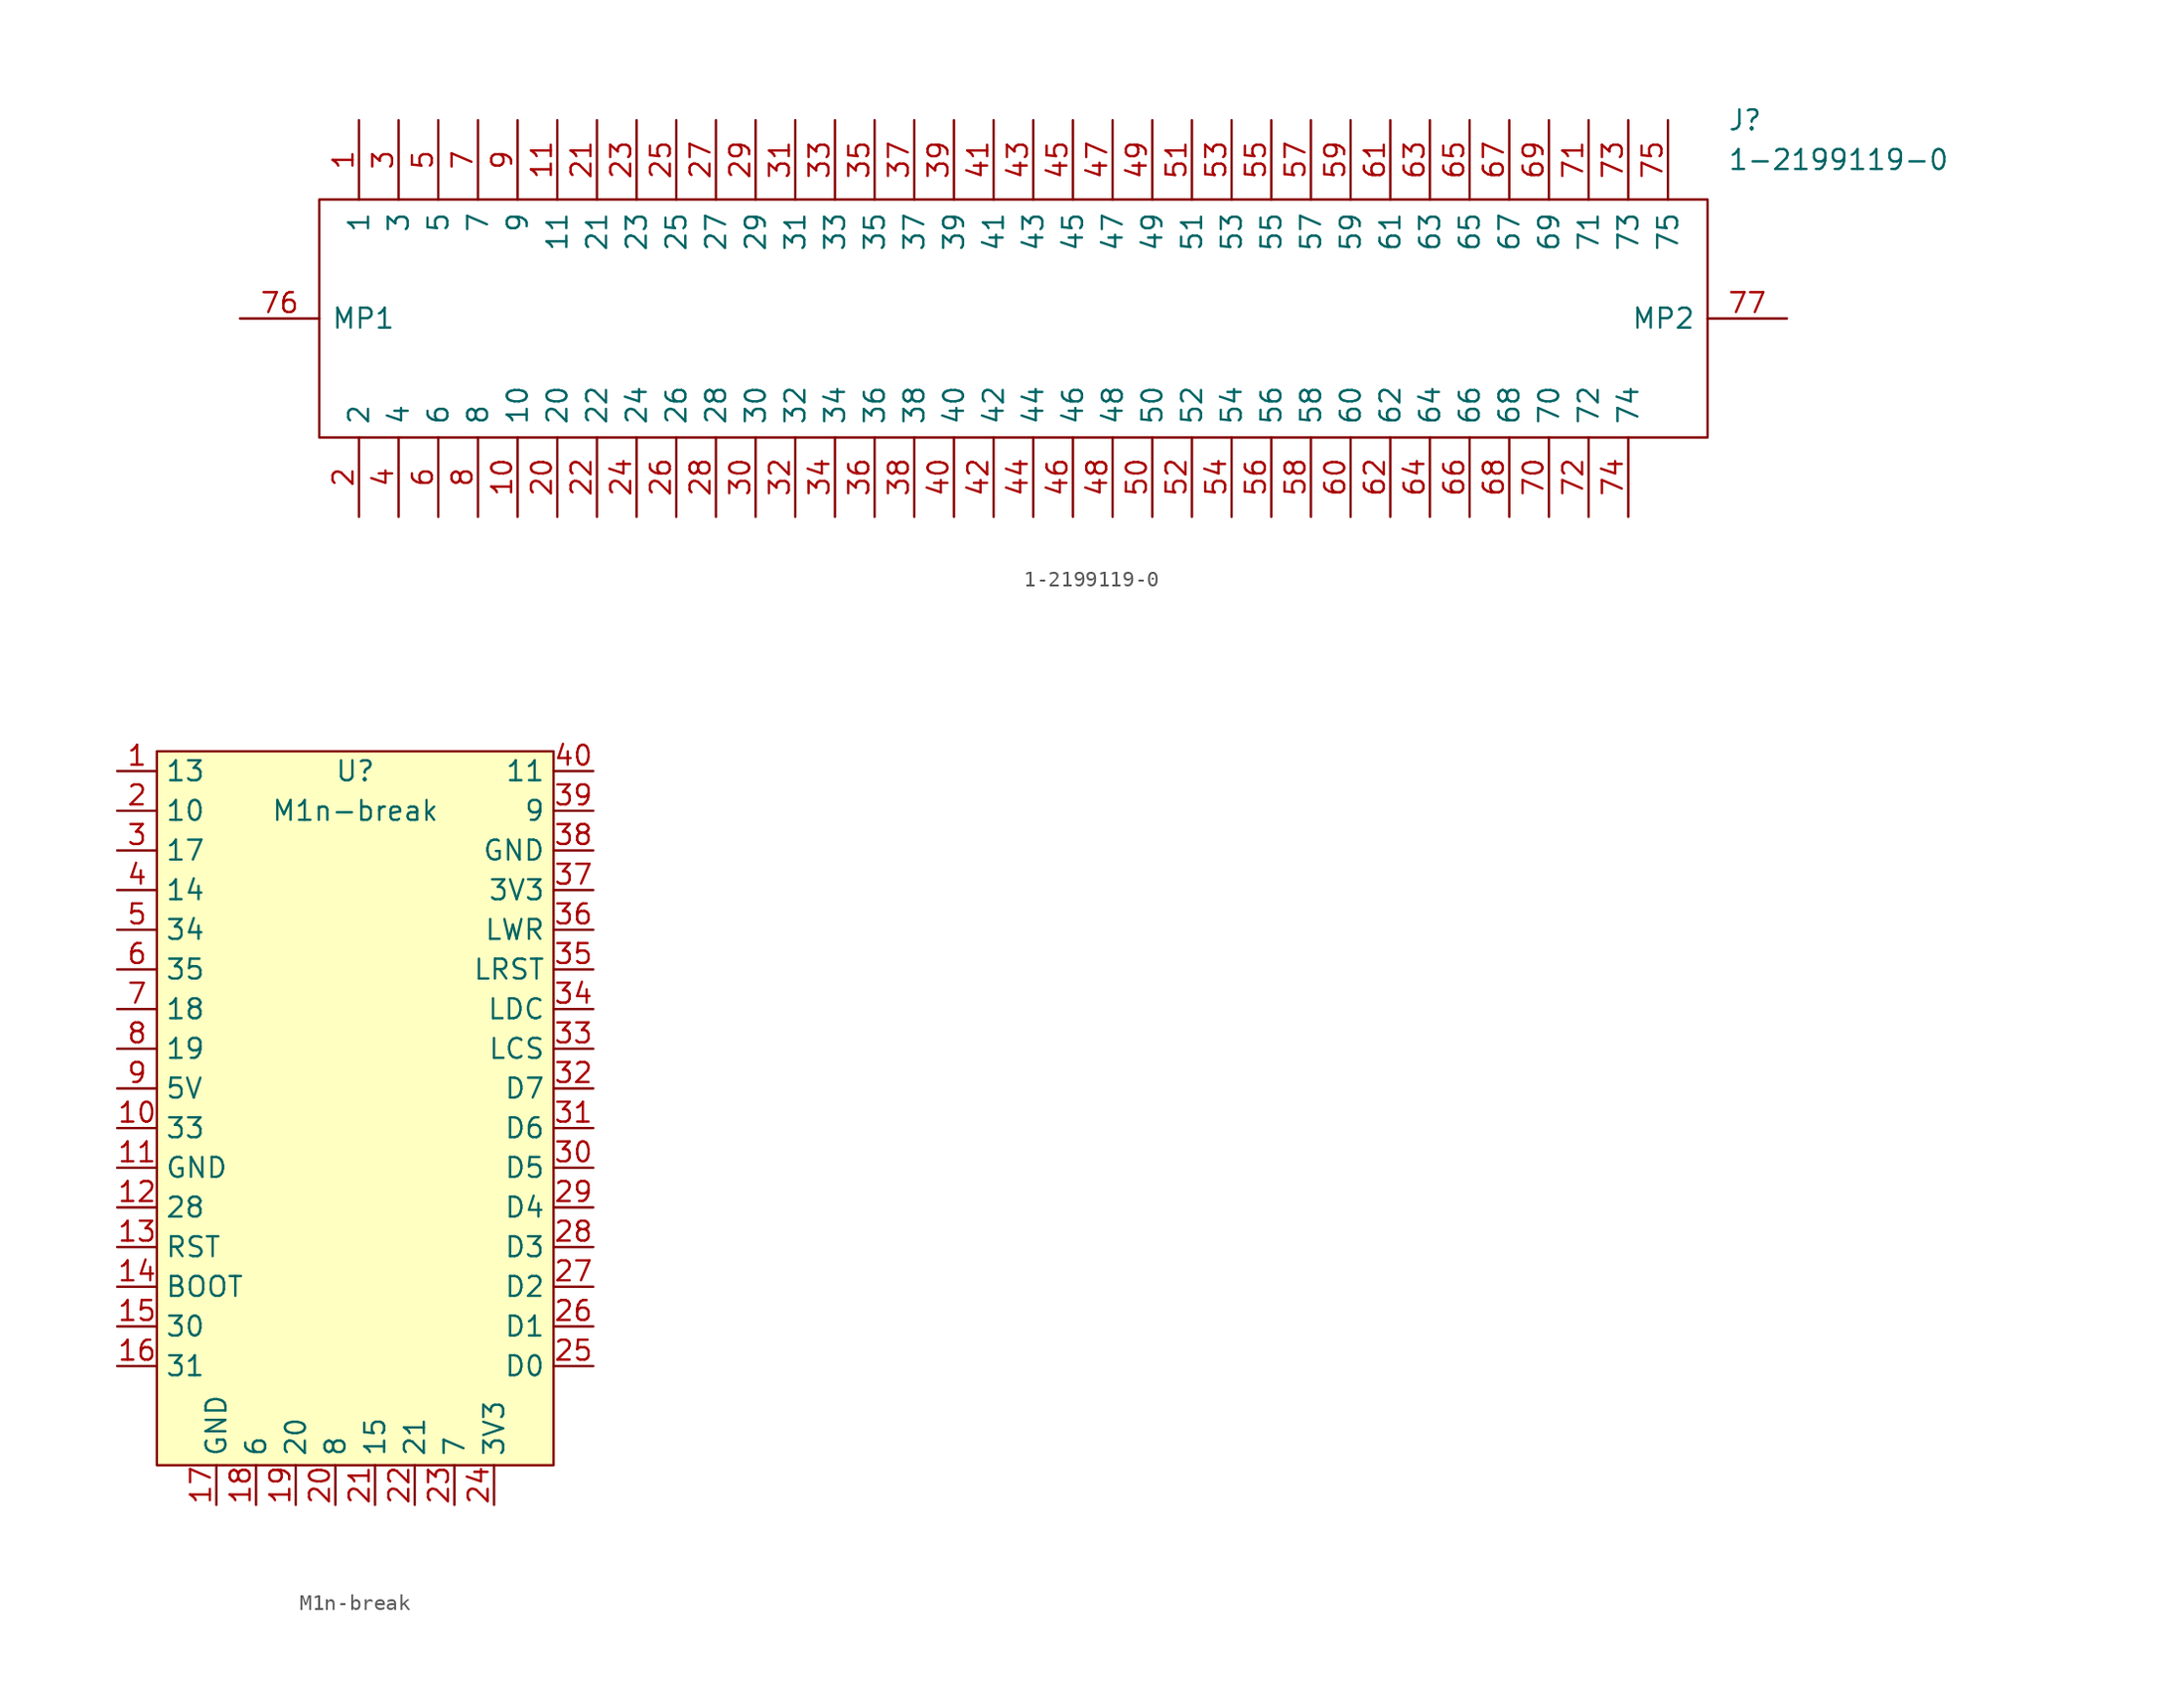
<source format=kicad_sym>
(kicad_symbol_lib
  (version 20211014)
  (generator kicad_symbol_editor)
  (symbol "1-2199119-0"
    (pin_names
      (offset 0.762))
    (property "Reference" "J"
      (at 95.25 12.7 0)
      (effects (font (size 1.27 1.27)) (justify left)))
    (property "Value" "1-2199119-0"
      (at 95.25 10.16 0)
      (effects (font (size 1.27 1.27)) (justify left)))
    (symbol "1-2199119-0_0_0"
      (pin passive line (at 7.62 12.7 270) (length 5.08) (name "1" (effects (font (size 1.27 1.27)))) (number "1" (effects (font (size 1.27 1.27)))))
      (pin passive line (at 17.78 -12.7 90) (length 5.08) (name "10" (effects (font (size 1.27 1.27)))) (number "10" (effects (font (size 1.27 1.27)))))
      (pin passive line (at 20.32 12.7 270) (length 5.08) (name "11" (effects (font (size 1.27 1.27)))) (number "11" (effects (font (size 1.27 1.27)))))
      (pin passive line (at 7.62 -12.7 90) (length 5.08) (name "2" (effects (font (size 1.27 1.27)))) (number "2" (effects (font (size 1.27 1.27)))))
      (pin passive line (at 20.32 -12.7 90) (length 5.08) (name "20" (effects (font (size 1.27 1.27)))) (number "20" (effects (font (size 1.27 1.27)))))
      (pin passive line (at 22.86 12.7 270) (length 5.08) (name "21" (effects (font (size 1.27 1.27)))) (number "21" (effects (font (size 1.27 1.27)))))
      (pin passive line (at 22.86 -12.7 90) (length 5.08) (name "22" (effects (font (size 1.27 1.27)))) (number "22" (effects (font (size 1.27 1.27)))))
      (pin passive line (at 25.4 12.7 270) (length 5.08) (name "23" (effects (font (size 1.27 1.27)))) (number "23" (effects (font (size 1.27 1.27)))))
      (pin passive line (at 25.4 -12.7 90) (length 5.08) (name "24" (effects (font (size 1.27 1.27)))) (number "24" (effects (font (size 1.27 1.27)))))
      (pin passive line (at 27.94 12.7 270) (length 5.08) (name "25" (effects (font (size 1.27 1.27)))) (number "25" (effects (font (size 1.27 1.27)))))
      (pin passive line (at 27.94 -12.7 90) (length 5.08) (name "26" (effects (font (size 1.27 1.27)))) (number "26" (effects (font (size 1.27 1.27)))))
      (pin passive line (at 30.48 12.7 270) (length 5.08) (name "27" (effects (font (size 1.27 1.27)))) (number "27" (effects (font (size 1.27 1.27)))))
      (pin passive line (at 30.48 -12.7 90) (length 5.08) (name "28" (effects (font (size 1.27 1.27)))) (number "28" (effects (font (size 1.27 1.27)))))
      (pin passive line (at 33.02 12.7 270) (length 5.08) (name "29" (effects (font (size 1.27 1.27)))) (number "29" (effects (font (size 1.27 1.27)))))
      (pin passive line (at 10.16 12.7 270) (length 5.08) (name "3" (effects (font (size 1.27 1.27)))) (number "3" (effects (font (size 1.27 1.27)))))
      (pin passive line (at 33.02 -12.7 90) (length 5.08) (name "30" (effects (font (size 1.27 1.27)))) (number "30" (effects (font (size 1.27 1.27)))))
      (pin passive line (at 35.56 12.7 270) (length 5.08) (name "31" (effects (font (size 1.27 1.27)))) (number "31" (effects (font (size 1.27 1.27)))))
      (pin passive line (at 35.56 -12.7 90) (length 5.08) (name "32" (effects (font (size 1.27 1.27)))) (number "32" (effects (font (size 1.27 1.27)))))
      (pin passive line (at 38.1 12.7 270) (length 5.08) (name "33" (effects (font (size 1.27 1.27)))) (number "33" (effects (font (size 1.27 1.27)))))
      (pin passive line (at 38.1 -12.7 90) (length 5.08) (name "34" (effects (font (size 1.27 1.27)))) (number "34" (effects (font (size 1.27 1.27)))))
      (pin passive line (at 40.64 12.7 270) (length 5.08) (name "35" (effects (font (size 1.27 1.27)))) (number "35" (effects (font (size 1.27 1.27)))))
      (pin passive line (at 40.64 -12.7 90) (length 5.08) (name "36" (effects (font (size 1.27 1.27)))) (number "36" (effects (font (size 1.27 1.27)))))
      (pin passive line (at 43.18 12.7 270) (length 5.08) (name "37" (effects (font (size 1.27 1.27)))) (number "37" (effects (font (size 1.27 1.27)))))
      (pin passive line (at 43.18 -12.7 90) (length 5.08) (name "38" (effects (font (size 1.27 1.27)))) (number "38" (effects (font (size 1.27 1.27)))))
      (pin passive line (at 45.72 12.7 270) (length 5.08) (name "39" (effects (font (size 1.27 1.27)))) (number "39" (effects (font (size 1.27 1.27)))))
      (pin passive line (at 10.16 -12.7 90) (length 5.08) (name "4" (effects (font (size 1.27 1.27)))) (number "4" (effects (font (size 1.27 1.27)))))
      (pin passive line (at 45.72 -12.7 90) (length 5.08) (name "40" (effects (font (size 1.27 1.27)))) (number "40" (effects (font (size 1.27 1.27)))))
      (pin passive line (at 48.26 12.7 270) (length 5.08) (name "41" (effects (font (size 1.27 1.27)))) (number "41" (effects (font (size 1.27 1.27)))))
      (pin passive line (at 48.26 -12.7 90) (length 5.08) (name "42" (effects (font (size 1.27 1.27)))) (number "42" (effects (font (size 1.27 1.27)))))
      (pin passive line (at 50.8 12.7 270) (length 5.08) (name "43" (effects (font (size 1.27 1.27)))) (number "43" (effects (font (size 1.27 1.27)))))
      (pin passive line (at 50.8 -12.7 90) (length 5.08) (name "44" (effects (font (size 1.27 1.27)))) (number "44" (effects (font (size 1.27 1.27)))))
      (pin passive line (at 53.34 12.7 270) (length 5.08) (name "45" (effects (font (size 1.27 1.27)))) (number "45" (effects (font (size 1.27 1.27)))))
      (pin passive line (at 53.34 -12.7 90) (length 5.08) (name "46" (effects (font (size 1.27 1.27)))) (number "46" (effects (font (size 1.27 1.27)))))
      (pin passive line (at 55.88 12.7 270) (length 5.08) (name "47" (effects (font (size 1.27 1.27)))) (number "47" (effects (font (size 1.27 1.27)))))
      (pin passive line (at 55.88 -12.7 90) (length 5.08) (name "48" (effects (font (size 1.27 1.27)))) (number "48" (effects (font (size 1.27 1.27)))))
      (pin passive line (at 58.42 12.7 270) (length 5.08) (name "49" (effects (font (size 1.27 1.27)))) (number "49" (effects (font (size 1.27 1.27)))))
      (pin passive line (at 12.7 12.7 270) (length 5.08) (name "5" (effects (font (size 1.27 1.27)))) (number "5" (effects (font (size 1.27 1.27)))))
      (pin passive line (at 58.42 -12.7 90) (length 5.08) (name "50" (effects (font (size 1.27 1.27)))) (number "50" (effects (font (size 1.27 1.27)))))
      (pin passive line (at 60.96 12.7 270) (length 5.08) (name "51" (effects (font (size 1.27 1.27)))) (number "51" (effects (font (size 1.27 1.27)))))
      (pin passive line (at 60.96 -12.7 90) (length 5.08) (name "52" (effects (font (size 1.27 1.27)))) (number "52" (effects (font (size 1.27 1.27)))))
      (pin passive line (at 63.5 12.7 270) (length 5.08) (name "53" (effects (font (size 1.27 1.27)))) (number "53" (effects (font (size 1.27 1.27)))))
      (pin passive line (at 63.5 -12.7 90) (length 5.08) (name "54" (effects (font (size 1.27 1.27)))) (number "54" (effects (font (size 1.27 1.27)))))
      (pin passive line (at 66.04 12.7 270) (length 5.08) (name "55" (effects (font (size 1.27 1.27)))) (number "55" (effects (font (size 1.27 1.27)))))
      (pin passive line (at 66.04 -12.7 90) (length 5.08) (name "56" (effects (font (size 1.27 1.27)))) (number "56" (effects (font (size 1.27 1.27)))))
      (pin passive line (at 68.58 12.7 270) (length 5.08) (name "57" (effects (font (size 1.27 1.27)))) (number "57" (effects (font (size 1.27 1.27)))))
      (pin passive line (at 68.58 -12.7 90) (length 5.08) (name "58" (effects (font (size 1.27 1.27)))) (number "58" (effects (font (size 1.27 1.27)))))
      (pin passive line (at 71.12 12.7 270) (length 5.08) (name "59" (effects (font (size 1.27 1.27)))) (number "59" (effects (font (size 1.27 1.27)))))
      (pin passive line (at 12.7 -12.7 90) (length 5.08) (name "6" (effects (font (size 1.27 1.27)))) (number "6" (effects (font (size 1.27 1.27)))))
      (pin passive line (at 71.12 -12.7 90) (length 5.08) (name "60" (effects (font (size 1.27 1.27)))) (number "60" (effects (font (size 1.27 1.27)))))
      (pin passive line (at 73.66 12.7 270) (length 5.08) (name "61" (effects (font (size 1.27 1.27)))) (number "61" (effects (font (size 1.27 1.27)))))
      (pin passive line (at 73.66 -12.7 90) (length 5.08) (name "62" (effects (font (size 1.27 1.27)))) (number "62" (effects (font (size 1.27 1.27)))))
      (pin passive line (at 76.2 12.7 270) (length 5.08) (name "63" (effects (font (size 1.27 1.27)))) (number "63" (effects (font (size 1.27 1.27)))))
      (pin passive line (at 76.2 -12.7 90) (length 5.08) (name "64" (effects (font (size 1.27 1.27)))) (number "64" (effects (font (size 1.27 1.27)))))
      (pin passive line (at 78.74 12.7 270) (length 5.08) (name "65" (effects (font (size 1.27 1.27)))) (number "65" (effects (font (size 1.27 1.27)))))
      (pin passive line (at 78.74 -12.7 90) (length 5.08) (name "66" (effects (font (size 1.27 1.27)))) (number "66" (effects (font (size 1.27 1.27)))))
      (pin passive line (at 81.28 12.7 270) (length 5.08) (name "67" (effects (font (size 1.27 1.27)))) (number "67" (effects (font (size 1.27 1.27)))))
      (pin passive line (at 81.28 -12.7 90) (length 5.08) (name "68" (effects (font (size 1.27 1.27)))) (number "68" (effects (font (size 1.27 1.27)))))
      (pin passive line (at 83.82 12.7 270) (length 5.08) (name "69" (effects (font (size 1.27 1.27)))) (number "69" (effects (font (size 1.27 1.27)))))
      (pin passive line (at 15.24 12.7 270) (length 5.08) (name "7" (effects (font (size 1.27 1.27)))) (number "7" (effects (font (size 1.27 1.27)))))
      (pin passive line (at 83.82 -12.7 90) (length 5.08) (name "70" (effects (font (size 1.27 1.27)))) (number "70" (effects (font (size 1.27 1.27)))))
      (pin passive line (at 86.36 12.7 270) (length 5.08) (name "71" (effects (font (size 1.27 1.27)))) (number "71" (effects (font (size 1.27 1.27)))))
      (pin passive line (at 86.36 -12.7 90) (length 5.08) (name "72" (effects (font (size 1.27 1.27)))) (number "72" (effects (font (size 1.27 1.27)))))
      (pin passive line (at 88.9 12.7 270) (length 5.08) (name "73" (effects (font (size 1.27 1.27)))) (number "73" (effects (font (size 1.27 1.27)))))
      (pin passive line (at 88.9 -12.7 90) (length 5.08) (name "74" (effects (font (size 1.27 1.27)))) (number "74" (effects (font (size 1.27 1.27)))))
      (pin passive line (at 91.44 12.7 270) (length 5.08) (name "75" (effects (font (size 1.27 1.27)))) (number "75" (effects (font (size 1.27 1.27)))))
      (pin passive line (at 0 0 0) (length 5.08) (name "MP1" (effects (font (size 1.27 1.27)))) (number "76" (effects (font (size 1.27 1.27)))))
      (pin passive line (at 99.06 0 180) (length 5.08) (name "MP2" (effects (font (size 1.27 1.27)))) (number "77" (effects (font (size 1.27 1.27)))))
      (pin passive line (at 15.24 -12.7 90) (length 5.08) (name "8" (effects (font (size 1.27 1.27)))) (number "8" (effects (font (size 1.27 1.27)))))
      (pin passive line (at 17.78 12.7 270) (length 5.08) (name "9" (effects (font (size 1.27 1.27)))) (number "9" (effects (font (size 1.27 1.27))))))
    (symbol "1-2199119-0_0_1"
      (polyline (pts (xy 5.08 7.62) (xy 93.98 7.62) (xy 93.98 -7.62) (xy 5.08 -7.62) (xy 5.08 7.62)) (stroke (width 0.152) (type default) (color 0 0 0 0)) (fill (type none)))))
  (symbol "M1n-break"
    (property "Reference" "U"
      (at 0 -1.27 0)
      (effects (font (size 1.27 1.27))))
    (property "Value" "M1n-break"
      (at 0 -3.81 0)
      (effects (font (size 1.27 1.27))))
    (symbol "M1n-break_0_0"
      (text "" (at -13.97 -26.67 0) (effects (font (size 1.27 1.27)))))
    (symbol "M1n-break_0_1"
      (rectangle (start -12.7 0) (end 12.7 -45.72) (stroke (width 0.152) (type default) (color 0 0 0 0)) (fill (type background))))
    (symbol "M1n-break_1_1"
      (pin bidirectional line (at -15.24 -1.27 0) (length 2.54) (name "13" (effects (font (size 1.27 1.27)))) (number "1" (effects (font (size 1.27 1.27)))))
      (pin bidirectional line (at -15.24 -24.13 0) (length 2.54) (name "33" (effects (font (size 1.27 1.27)))) (number "10" (effects (font (size 1.27 1.27)))))
      (pin power_in line (at -15.24 -26.67 0) (length 2.54) (name "GND" (effects (font (size 1.27 1.27)))) (number "11" (effects (font (size 1.27 1.27)))))
      (pin bidirectional line (at -15.24 -29.21 0) (length 2.54) (name "28" (effects (font (size 1.27 1.27)))) (number "12" (effects (font (size 1.27 1.27)))))
      (pin input line (at -15.24 -31.75 0) (length 2.54) (name "RST" (effects (font (size 1.27 1.27)))) (number "13" (effects (font (size 1.27 1.27)))))
      (pin input line (at -15.24 -34.29 0) (length 2.54) (name "BOOT" (effects (font (size 1.27 1.27)))) (number "14" (effects (font (size 1.27 1.27)))))
      (pin bidirectional line (at -15.24 -36.83 0) (length 2.54) (name "30" (effects (font (size 1.27 1.27)))) (number "15" (effects (font (size 1.27 1.27)))))
      (pin bidirectional line (at -15.24 -39.37 0) (length 2.54) (name "31" (effects (font (size 1.27 1.27)))) (number "16" (effects (font (size 1.27 1.27)))))
      (pin power_in line (at -8.89 -48.26 90) (length 2.54) (name "GND" (effects (font (size 1.27 1.27)))) (number "17" (effects (font (size 1.27 1.27)))))
      (pin bidirectional line (at -6.35 -48.26 90) (length 2.54) (name "6" (effects (font (size 1.27 1.27)))) (number "18" (effects (font (size 1.27 1.27)))))
      (pin bidirectional line (at -3.81 -48.26 90) (length 2.54) (name "20" (effects (font (size 1.27 1.27)))) (number "19" (effects (font (size 1.27 1.27)))))
      (pin bidirectional line (at -15.24 -3.81 0) (length 2.54) (name "10" (effects (font (size 1.27 1.27)))) (number "2" (effects (font (size 1.27 1.27)))))
      (pin bidirectional line (at -1.27 -48.26 90) (length 2.54) (name "8" (effects (font (size 1.27 1.27)))) (number "20" (effects (font (size 1.27 1.27)))))
      (pin bidirectional line (at 1.27 -48.26 90) (length 2.54) (name "15" (effects (font (size 1.27 1.27)))) (number "21" (effects (font (size 1.27 1.27)))))
      (pin bidirectional line (at 3.81 -48.26 90) (length 2.54) (name "21" (effects (font (size 1.27 1.27)))) (number "22" (effects (font (size 1.27 1.27)))))
      (pin bidirectional line (at 6.35 -48.26 90) (length 2.54) (name "7" (effects (font (size 1.27 1.27)))) (number "23" (effects (font (size 1.27 1.27)))))
      (pin power_out line (at 8.89 -48.26 90) (length 2.54) (name "3V3" (effects (font (size 1.27 1.27)))) (number "24" (effects (font (size 1.27 1.27)))))
      (pin bidirectional line (at 15.24 -39.37 180) (length 2.54) (name "D0" (effects (font (size 1.27 1.27)))) (number "25" (effects (font (size 1.27 1.27)))))
      (pin bidirectional line (at 15.24 -36.83 180) (length 2.54) (name "D1" (effects (font (size 1.27 1.27)))) (number "26" (effects (font (size 1.27 1.27)))))
      (pin bidirectional line (at 15.24 -34.29 180) (length 2.54) (name "D2" (effects (font (size 1.27 1.27)))) (number "27" (effects (font (size 1.27 1.27)))))
      (pin bidirectional line (at 15.24 -31.75 180) (length 2.54) (name "D3" (effects (font (size 1.27 1.27)))) (number "28" (effects (font (size 1.27 1.27)))))
      (pin bidirectional line (at 15.24 -29.21 180) (length 2.54) (name "D4" (effects (font (size 1.27 1.27)))) (number "29" (effects (font (size 1.27 1.27)))))
      (pin bidirectional line (at -15.24 -6.35 0) (length 2.54) (name "17" (effects (font (size 1.27 1.27)))) (number "3" (effects (font (size 1.27 1.27)))))
      (pin bidirectional line (at 15.24 -26.67 180) (length 2.54) (name "D5" (effects (font (size 1.27 1.27)))) (number "30" (effects (font (size 1.27 1.27)))))
      (pin bidirectional line (at 15.24 -24.13 180) (length 2.54) (name "D6" (effects (font (size 1.27 1.27)))) (number "31" (effects (font (size 1.27 1.27)))))
      (pin bidirectional line (at 15.24 -21.59 180) (length 2.54) (name "D7" (effects (font (size 1.27 1.27)))) (number "32" (effects (font (size 1.27 1.27)))))
      (pin bidirectional line (at 15.24 -19.05 180) (length 2.54) (name "LCS" (effects (font (size 1.27 1.27)))) (number "33" (effects (font (size 1.27 1.27)))))
      (pin bidirectional line (at 15.24 -16.51 180) (length 2.54) (name "LDC" (effects (font (size 1.27 1.27)))) (number "34" (effects (font (size 1.27 1.27)))))
      (pin bidirectional line (at 15.24 -13.97 180) (length 2.54) (name "LRST" (effects (font (size 1.27 1.27)))) (number "35" (effects (font (size 1.27 1.27)))))
      (pin bidirectional line (at 15.24 -11.43 180) (length 2.54) (name "LWR" (effects (font (size 1.27 1.27)))) (number "36" (effects (font (size 1.27 1.27)))))
      (pin power_out line (at 15.24 -8.89 180) (length 2.54) (name "3V3" (effects (font (size 1.27 1.27)))) (number "37" (effects (font (size 1.27 1.27)))))
      (pin power_in line (at 15.24 -6.35 180) (length 2.54) (name "GND" (effects (font (size 1.27 1.27)))) (number "38" (effects (font (size 1.27 1.27)))))
      (pin bidirectional line (at 15.24 -3.81 180) (length 2.54) (name "9" (effects (font (size 1.27 1.27)))) (number "39" (effects (font (size 1.27 1.27)))))
      (pin bidirectional line (at -15.24 -8.89 0) (length 2.54) (name "14" (effects (font (size 1.27 1.27)))) (number "4" (effects (font (size 1.27 1.27)))))
      (pin bidirectional line (at 15.24 -1.27 180) (length 2.54) (name "11" (effects (font (size 1.27 1.27)))) (number "40" (effects (font (size 1.27 1.27)))))
      (pin bidirectional line (at -15.24 -11.43 0) (length 2.54) (name "34" (effects (font (size 1.27 1.27)))) (number "5" (effects (font (size 1.27 1.27)))))
      (pin bidirectional line (at -15.24 -13.97 0) (length 2.54) (name "35" (effects (font (size 1.27 1.27)))) (number "6" (effects (font (size 1.27 1.27)))))
      (pin bidirectional line (at -15.24 -16.51 0) (length 2.54) (name "18" (effects (font (size 1.27 1.27)))) (number "7" (effects (font (size 1.27 1.27)))))
      (pin bidirectional line (at -15.24 -19.05 0) (length 2.54) (name "19" (effects (font (size 1.27 1.27)))) (number "8" (effects (font (size 1.27 1.27)))))
      (pin power_in line (at -15.24 -21.59 0) (length 2.54) (name "5V" (effects (font (size 1.27 1.27)))) (number "9" (effects (font (size 1.27 1.27))))))))
</source>
